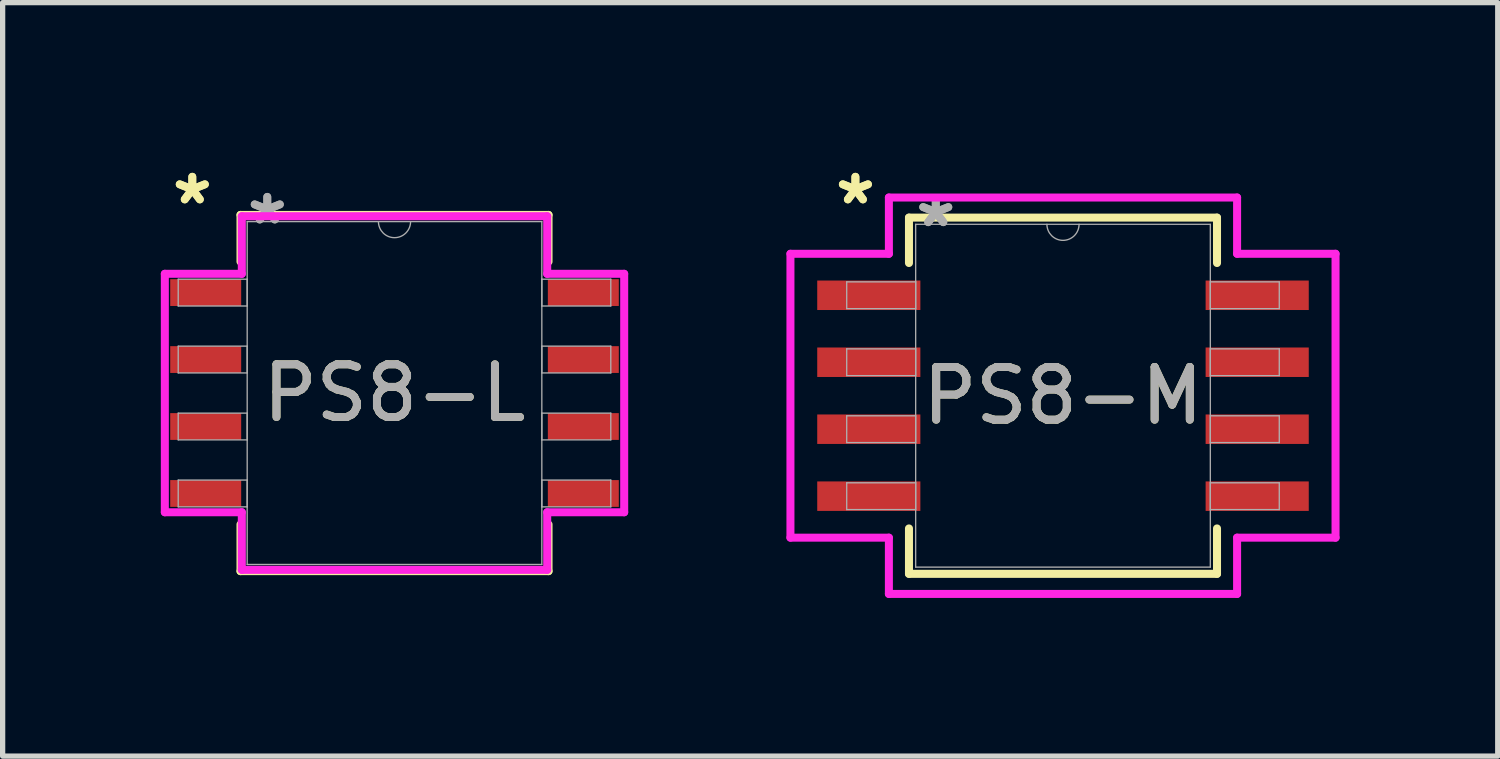
<source format=kicad_pcb>
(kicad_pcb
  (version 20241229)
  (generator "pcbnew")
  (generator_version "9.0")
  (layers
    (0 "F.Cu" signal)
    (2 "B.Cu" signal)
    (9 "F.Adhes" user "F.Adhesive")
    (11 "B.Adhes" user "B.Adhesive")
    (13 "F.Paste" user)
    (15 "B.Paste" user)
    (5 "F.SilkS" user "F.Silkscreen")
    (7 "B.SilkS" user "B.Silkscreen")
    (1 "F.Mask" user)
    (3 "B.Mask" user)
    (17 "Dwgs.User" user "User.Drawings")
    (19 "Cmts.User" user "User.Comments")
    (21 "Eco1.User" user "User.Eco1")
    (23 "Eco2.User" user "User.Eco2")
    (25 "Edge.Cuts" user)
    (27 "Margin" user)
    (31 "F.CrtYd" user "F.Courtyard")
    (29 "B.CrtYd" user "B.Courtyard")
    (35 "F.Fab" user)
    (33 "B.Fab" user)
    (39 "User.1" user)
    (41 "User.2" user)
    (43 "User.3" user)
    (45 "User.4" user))
  (footprint "PS8-M"
    (layer "F.Cu")
    (at 17.11 4.455)
    (property "Reference" "PS8-M" (at 0 0 0) (unlocked yes) (layer "F.SilkS") (effects (font (size 1 1) (thickness 0.15))))
    (attr smd)
    (fp_line (start -2.921 -3.378) (end -2.921 -2.517) (stroke (width 0.152) (type solid)) (layer "F.SilkS"))
    (fp_line (start -2.921 2.517) (end -2.921 3.378) (stroke (width 0.152) (type solid)) (layer "F.SilkS"))
    (fp_line (start -2.921 3.378) (end 2.921 3.378) (stroke (width 0.152) (type solid)) (layer "F.SilkS"))
    (fp_line (start 2.921 -3.378) (end -2.921 -3.378) (stroke (width 0.152) (type solid)) (layer "F.SilkS"))
    (fp_line (start 2.921 -2.517) (end 2.921 -3.378) (stroke (width 0.152) (type solid)) (layer "F.SilkS"))
    (fp_line (start 2.921 3.378) (end 2.921 2.517) (stroke (width 0.152) (type solid)) (layer "F.SilkS"))
    (fp_line (start -5.169 -2.692) (end -3.302 -2.692) (stroke (width 0.152) (type solid)) (layer "F.CrtYd"))
    (fp_line (start -5.169 2.692) (end -5.169 -2.692) (stroke (width 0.152) (type solid)) (layer "F.CrtYd"))
    (fp_line (start -5.169 2.692) (end -3.302 2.692) (stroke (width 0.152) (type solid)) (layer "F.CrtYd"))
    (fp_line (start -3.302 -3.759) (end 3.302 -3.759) (stroke (width 0.152) (type solid)) (layer "F.CrtYd"))
    (fp_line (start -3.302 -2.692) (end -3.302 -3.759) (stroke (width 0.152) (type solid)) (layer "F.CrtYd"))
    (fp_line (start -3.302 3.759) (end -3.302 2.692) (stroke (width 0.152) (type solid)) (layer "F.CrtYd"))
    (fp_line (start 3.302 -3.759) (end 3.302 -2.692) (stroke (width 0.152) (type solid)) (layer "F.CrtYd"))
    (fp_line (start 3.302 2.692) (end 3.302 3.759) (stroke (width 0.152) (type solid)) (layer "F.CrtYd"))
    (fp_line (start 3.302 3.759) (end -3.302 3.759) (stroke (width 0.152) (type solid)) (layer "F.CrtYd"))
    (fp_line (start 5.169 -2.692) (end 3.302 -2.692) (stroke (width 0.152) (type solid)) (layer "F.CrtYd"))
    (fp_line (start 5.169 -2.692) (end 5.169 2.692) (stroke (width 0.152) (type solid)) (layer "F.CrtYd"))
    (fp_line (start 5.169 2.692) (end 3.302 2.692) (stroke (width 0.152) (type solid)) (layer "F.CrtYd"))
    (fp_line (start -4.102 -2.159) (end -4.102 -1.651) (stroke (width 0.025) (type solid)) (layer "F.Fab"))
    (fp_line (start -4.102 -1.651) (end -2.794 -1.651) (stroke (width 0.025) (type solid)) (layer "F.Fab"))
    (fp_line (start -4.102 -0.889) (end -4.102 -0.381) (stroke (width 0.025) (type solid)) (layer "F.Fab"))
    (fp_line (start -4.102 -0.381) (end -2.794 -0.381) (stroke (width 0.025) (type solid)) (layer "F.Fab"))
    (fp_line (start -4.102 0.381) (end -4.102 0.889) (stroke (width 0.025) (type solid)) (layer "F.Fab"))
    (fp_line (start -4.102 0.889) (end -2.794 0.889) (stroke (width 0.025) (type solid)) (layer "F.Fab"))
    (fp_line (start -4.102 1.651) (end -4.102 2.159) (stroke (width 0.025) (type solid)) (layer "F.Fab"))
    (fp_line (start -4.102 2.159) (end -2.794 2.159) (stroke (width 0.025) (type solid)) (layer "F.Fab"))
    (fp_line (start -2.794 -3.251) (end -2.794 3.251) (stroke (width 0.025) (type solid)) (layer "F.Fab"))
    (fp_line (start -2.794 -2.159) (end -4.102 -2.159) (stroke (width 0.025) (type solid)) (layer "F.Fab"))
    (fp_line (start -2.794 -1.651) (end -2.794 -2.159) (stroke (width 0.025) (type solid)) (layer "F.Fab"))
    (fp_line (start -2.794 -0.889) (end -4.102 -0.889) (stroke (width 0.025) (type solid)) (layer "F.Fab"))
    (fp_line (start -2.794 -0.381) (end -2.794 -0.889) (stroke (width 0.025) (type solid)) (layer "F.Fab"))
    (fp_line (start -2.794 0.381) (end -4.102 0.381) (stroke (width 0.025) (type solid)) (layer "F.Fab"))
    (fp_line (start -2.794 0.889) (end -2.794 0.381) (stroke (width 0.025) (type solid)) (layer "F.Fab"))
    (fp_line (start -2.794 1.651) (end -4.102 1.651) (stroke (width 0.025) (type solid)) (layer "F.Fab"))
    (fp_line (start -2.794 2.159) (end -2.794 1.651) (stroke (width 0.025) (type solid)) (layer "F.Fab"))
    (fp_line (start -2.794 3.251) (end 2.794 3.251) (stroke (width 0.025) (type solid)) (layer "F.Fab"))
    (fp_line (start 2.794 -3.251) (end -2.794 -3.251) (stroke (width 0.025) (type solid)) (layer "F.Fab"))
    (fp_line (start 2.794 -2.159) (end 2.794 -1.651) (stroke (width 0.025) (type solid)) (layer "F.Fab"))
    (fp_line (start 2.794 -1.651) (end 4.102 -1.651) (stroke (width 0.025) (type solid)) (layer "F.Fab"))
    (fp_line (start 2.794 -0.889) (end 2.794 -0.381) (stroke (width 0.025) (type solid)) (layer "F.Fab"))
    (fp_line (start 2.794 -0.381) (end 4.102 -0.381) (stroke (width 0.025) (type solid)) (layer "F.Fab"))
    (fp_line (start 2.794 0.381) (end 2.794 0.889) (stroke (width 0.025) (type solid)) (layer "F.Fab"))
    (fp_line (start 2.794 0.889) (end 4.102 0.889) (stroke (width 0.025) (type solid)) (layer "F.Fab"))
    (fp_line (start 2.794 1.651) (end 2.794 2.159) (stroke (width 0.025) (type solid)) (layer "F.Fab"))
    (fp_line (start 2.794 2.159) (end 4.102 2.159) (stroke (width 0.025) (type solid)) (layer "F.Fab"))
    (fp_line (start 2.794 3.251) (end 2.794 -3.251) (stroke (width 0.025) (type solid)) (layer "F.Fab"))
    (fp_line (start 4.102 -2.159) (end 2.794 -2.159) (stroke (width 0.025) (type solid)) (layer "F.Fab"))
    (fp_line (start 4.102 -1.651) (end 4.102 -2.159) (stroke (width 0.025) (type solid)) (layer "F.Fab"))
    (fp_line (start 4.102 -0.889) (end 2.794 -0.889) (stroke (width 0.025) (type solid)) (layer "F.Fab"))
    (fp_line (start 4.102 -0.381) (end 4.102 -0.889) (stroke (width 0.025) (type solid)) (layer "F.Fab"))
    (fp_line (start 4.102 0.381) (end 2.794 0.381) (stroke (width 0.025) (type solid)) (layer "F.Fab"))
    (fp_line (start 4.102 0.889) (end 4.102 0.381) (stroke (width 0.025) (type solid)) (layer "F.Fab"))
    (fp_line (start 4.102 1.651) (end 2.794 1.651) (stroke (width 0.025) (type solid)) (layer "F.Fab"))
    (fp_line (start 4.102 2.159) (end 4.102 1.651) (stroke (width 0.025) (type solid)) (layer "F.Fab"))
    (fp_arc (start 0.3048 -3.2512) (mid 0 -2.9464) (end -0.3048 -3.2512) (stroke (width 0.0254) (type solid)) (layer "F.Fab"))
    (fp_text user "*" (at -3.937 -3.607 0) (unlocked yes) (layer "F.SilkS") (effects (font (size 1 1) (thickness 0.15))))
    (fp_text user "*" (at -3.937 -3.607 0) (layer "F.SilkS") (effects (font (size 1 1) (thickness 0.15))))
    (fp_text user "${REFERENCE}" (at 0 0 0) (unlocked yes) (layer "F.Fab") (effects (font (size 1 1) (thickness 0.15))))
    (fp_text user "*" (at -2.413 -3.175 0) (layer "F.Fab") (effects (font (size 1 1) (thickness 0.15))))
    (fp_text user "*" (at -2.413 -3.175 0) (unlocked yes) (layer "F.Fab") (effects (font (size 1 1) (thickness 0.15))))
    (pad "1" smd rect (at -3.683 -1.905) (size 1.956 0.559) (layers "F.Cu" "F.Mask" "F.Paste"))
    (pad "2" smd rect (at -3.683 -0.635) (size 1.956 0.559) (layers "F.Cu" "F.Mask" "F.Paste"))
    (pad "3" smd rect (at -3.683 0.635) (size 1.956 0.559) (layers "F.Cu" "F.Mask" "F.Paste"))
    (pad "4" smd rect (at -3.683 1.905) (size 1.956 0.559) (layers "F.Cu" "F.Mask" "F.Paste"))
    (pad "5" smd rect (at 3.683 1.905) (size 1.956 0.559) (layers "F.Cu" "F.Mask" "F.Paste"))
    (pad "6" smd rect (at 3.683 0.635) (size 1.956 0.559) (layers "F.Cu" "F.Mask" "F.Paste"))
    (pad "7" smd rect (at 3.683 -0.635) (size 1.956 0.559) (layers "F.Cu" "F.Mask" "F.Paste"))
    (pad "8" smd rect (at 3.683 -1.905) (size 1.956 0.559) (layers "F.Cu" "F.Mask" "F.Paste")))
  (footprint "PS8-L"
    (layer "F.Cu")
    (at 4.432 4.404)
    (property "Reference" "PS8-L" (at 0 0 0) (unlocked yes) (layer "F.SilkS") (effects (font (size 1 1) (thickness 0.15))))
    (attr smd)
    (fp_line (start -2.921 -3.378) (end -2.921 -2.492) (stroke (width 0.152) (type solid)) (layer "F.SilkS"))
    (fp_line (start -2.921 2.492) (end -2.921 3.378) (stroke (width 0.152) (type solid)) (layer "F.SilkS"))
    (fp_line (start -2.921 3.378) (end 2.921 3.378) (stroke (width 0.152) (type solid)) (layer "F.SilkS"))
    (fp_line (start 2.921 -3.378) (end -2.921 -3.378) (stroke (width 0.152) (type solid)) (layer "F.SilkS"))
    (fp_line (start 2.921 -2.492) (end 2.921 -3.378) (stroke (width 0.152) (type solid)) (layer "F.SilkS"))
    (fp_line (start 2.921 3.378) (end 2.921 2.492) (stroke (width 0.152) (type solid)) (layer "F.SilkS"))
    (fp_line (start -4.356 -2.261) (end -2.896 -2.261) (stroke (width 0.152) (type solid)) (layer "F.CrtYd"))
    (fp_line (start -4.356 2.261) (end -4.356 -2.261) (stroke (width 0.152) (type solid)) (layer "F.CrtYd"))
    (fp_line (start -4.356 2.261) (end -2.896 2.261) (stroke (width 0.152) (type solid)) (layer "F.CrtYd"))
    (fp_line (start -2.896 -3.353) (end 2.896 -3.353) (stroke (width 0.152) (type solid)) (layer "F.CrtYd"))
    (fp_line (start -2.896 -2.261) (end -2.896 -3.353) (stroke (width 0.152) (type solid)) (layer "F.CrtYd"))
    (fp_line (start -2.896 3.353) (end -2.896 2.261) (stroke (width 0.152) (type solid)) (layer "F.CrtYd"))
    (fp_line (start 2.896 -3.353) (end 2.896 -2.261) (stroke (width 0.152) (type solid)) (layer "F.CrtYd"))
    (fp_line (start 2.896 2.261) (end 2.896 3.353) (stroke (width 0.152) (type solid)) (layer "F.CrtYd"))
    (fp_line (start 2.896 3.353) (end -2.896 3.353) (stroke (width 0.152) (type solid)) (layer "F.CrtYd"))
    (fp_line (start 4.356 -2.261) (end 2.896 -2.261) (stroke (width 0.152) (type solid)) (layer "F.CrtYd"))
    (fp_line (start 4.356 -2.261) (end 4.356 2.261) (stroke (width 0.152) (type solid)) (layer "F.CrtYd"))
    (fp_line (start 4.356 2.261) (end 2.896 2.261) (stroke (width 0.152) (type solid)) (layer "F.CrtYd"))
    (fp_line (start -4.102 -2.159) (end -4.102 -1.651) (stroke (width 0.025) (type solid)) (layer "F.Fab"))
    (fp_line (start -4.102 -1.651) (end -2.794 -1.651) (stroke (width 0.025) (type solid)) (layer "F.Fab"))
    (fp_line (start -4.102 -0.889) (end -4.102 -0.381) (stroke (width 0.025) (type solid)) (layer "F.Fab"))
    (fp_line (start -4.102 -0.381) (end -2.794 -0.381) (stroke (width 0.025) (type solid)) (layer "F.Fab"))
    (fp_line (start -4.102 0.381) (end -4.102 0.889) (stroke (width 0.025) (type solid)) (layer "F.Fab"))
    (fp_line (start -4.102 0.889) (end -2.794 0.889) (stroke (width 0.025) (type solid)) (layer "F.Fab"))
    (fp_line (start -4.102 1.651) (end -4.102 2.159) (stroke (width 0.025) (type solid)) (layer "F.Fab"))
    (fp_line (start -4.102 2.159) (end -2.794 2.159) (stroke (width 0.025) (type solid)) (layer "F.Fab"))
    (fp_line (start -2.794 -3.251) (end -2.794 3.251) (stroke (width 0.025) (type solid)) (layer "F.Fab"))
    (fp_line (start -2.794 -2.159) (end -4.102 -2.159) (stroke (width 0.025) (type solid)) (layer "F.Fab"))
    (fp_line (start -2.794 -1.651) (end -2.794 -2.159) (stroke (width 0.025) (type solid)) (layer "F.Fab"))
    (fp_line (start -2.794 -0.889) (end -4.102 -0.889) (stroke (width 0.025) (type solid)) (layer "F.Fab"))
    (fp_line (start -2.794 -0.381) (end -2.794 -0.889) (stroke (width 0.025) (type solid)) (layer "F.Fab"))
    (fp_line (start -2.794 0.381) (end -4.102 0.381) (stroke (width 0.025) (type solid)) (layer "F.Fab"))
    (fp_line (start -2.794 0.889) (end -2.794 0.381) (stroke (width 0.025) (type solid)) (layer "F.Fab"))
    (fp_line (start -2.794 1.651) (end -4.102 1.651) (stroke (width 0.025) (type solid)) (layer "F.Fab"))
    (fp_line (start -2.794 2.159) (end -2.794 1.651) (stroke (width 0.025) (type solid)) (layer "F.Fab"))
    (fp_line (start -2.794 3.251) (end 2.794 3.251) (stroke (width 0.025) (type solid)) (layer "F.Fab"))
    (fp_line (start 2.794 -3.251) (end -2.794 -3.251) (stroke (width 0.025) (type solid)) (layer "F.Fab"))
    (fp_line (start 2.794 -2.159) (end 2.794 -1.651) (stroke (width 0.025) (type solid)) (layer "F.Fab"))
    (fp_line (start 2.794 -1.651) (end 4.102 -1.651) (stroke (width 0.025) (type solid)) (layer "F.Fab"))
    (fp_line (start 2.794 -0.889) (end 2.794 -0.381) (stroke (width 0.025) (type solid)) (layer "F.Fab"))
    (fp_line (start 2.794 -0.381) (end 4.102 -0.381) (stroke (width 0.025) (type solid)) (layer "F.Fab"))
    (fp_line (start 2.794 0.381) (end 2.794 0.889) (stroke (width 0.025) (type solid)) (layer "F.Fab"))
    (fp_line (start 2.794 0.889) (end 4.102 0.889) (stroke (width 0.025) (type solid)) (layer "F.Fab"))
    (fp_line (start 2.794 1.651) (end 2.794 2.159) (stroke (width 0.025) (type solid)) (layer "F.Fab"))
    (fp_line (start 2.794 2.159) (end 4.102 2.159) (stroke (width 0.025) (type solid)) (layer "F.Fab"))
    (fp_line (start 2.794 3.251) (end 2.794 -3.251) (stroke (width 0.025) (type solid)) (layer "F.Fab"))
    (fp_line (start 4.102 -2.159) (end 2.794 -2.159) (stroke (width 0.025) (type solid)) (layer "F.Fab"))
    (fp_line (start 4.102 -1.651) (end 4.102 -2.159) (stroke (width 0.025) (type solid)) (layer "F.Fab"))
    (fp_line (start 4.102 -0.889) (end 2.794 -0.889) (stroke (width 0.025) (type solid)) (layer "F.Fab"))
    (fp_line (start 4.102 -0.381) (end 4.102 -0.889) (stroke (width 0.025) (type solid)) (layer "F.Fab"))
    (fp_line (start 4.102 0.381) (end 2.794 0.381) (stroke (width 0.025) (type solid)) (layer "F.Fab"))
    (fp_line (start 4.102 0.889) (end 4.102 0.381) (stroke (width 0.025) (type solid)) (layer "F.Fab"))
    (fp_line (start 4.102 1.651) (end 2.794 1.651) (stroke (width 0.025) (type solid)) (layer "F.Fab"))
    (fp_line (start 4.102 2.159) (end 4.102 1.651) (stroke (width 0.025) (type solid)) (layer "F.Fab"))
    (fp_arc (start 0.3048 -3.2512) (mid 0 -2.9464) (end -0.3048 -3.2512) (stroke (width 0.0254) (type solid)) (layer "F.Fab"))
    (fp_text user "*" (at -3.835 -3.556 0) (unlocked yes) (layer "F.SilkS") (effects (font (size 1 1) (thickness 0.15))))
    (fp_text user "*" (at -3.835 -3.556 0) (layer "F.SilkS") (effects (font (size 1 1) (thickness 0.15))))
    (fp_text user "*" (at -2.413 -3.175 0) (layer "F.Fab") (effects (font (size 1 1) (thickness 0.15))))
    (fp_text user "${REFERENCE}" (at 0 0 0) (unlocked yes) (layer "F.Fab") (effects (font (size 1 1) (thickness 0.15))))
    (fp_text user "*" (at -2.413 -3.175 0) (unlocked yes) (layer "F.Fab") (effects (font (size 1 1) (thickness 0.15))))
    (pad "1" smd rect (at -3.581 -1.905) (size 1.346 0.508) (layers "F.Cu" "F.Mask" "F.Paste"))
    (pad "2" smd rect (at -3.581 -0.635) (size 1.346 0.508) (layers "F.Cu" "F.Mask" "F.Paste"))
    (pad "3" smd rect (at -3.581 0.635) (size 1.346 0.508) (layers "F.Cu" "F.Mask" "F.Paste"))
    (pad "4" smd rect (at -3.581 1.905) (size 1.346 0.508) (layers "F.Cu" "F.Mask" "F.Paste"))
    (pad "5" smd rect (at 3.581 1.905) (size 1.346 0.508) (layers "F.Cu" "F.Mask" "F.Paste"))
    (pad "6" smd rect (at 3.581 0.635) (size 1.346 0.508) (layers "F.Cu" "F.Mask" "F.Paste"))
    (pad "7" smd rect (at 3.581 -0.635) (size 1.346 0.508) (layers "F.Cu" "F.Mask" "F.Paste"))
    (pad "8" smd rect (at 3.581 -1.905) (size 1.346 0.508) (layers "F.Cu" "F.Mask" "F.Paste")))
  (gr_rect
    (start -3 -3)
    (end 25.355 11.29)
    (stroke (width 0.1) (type default))
    (fill no)
    (layer "Edge.Cuts")))
</source>
